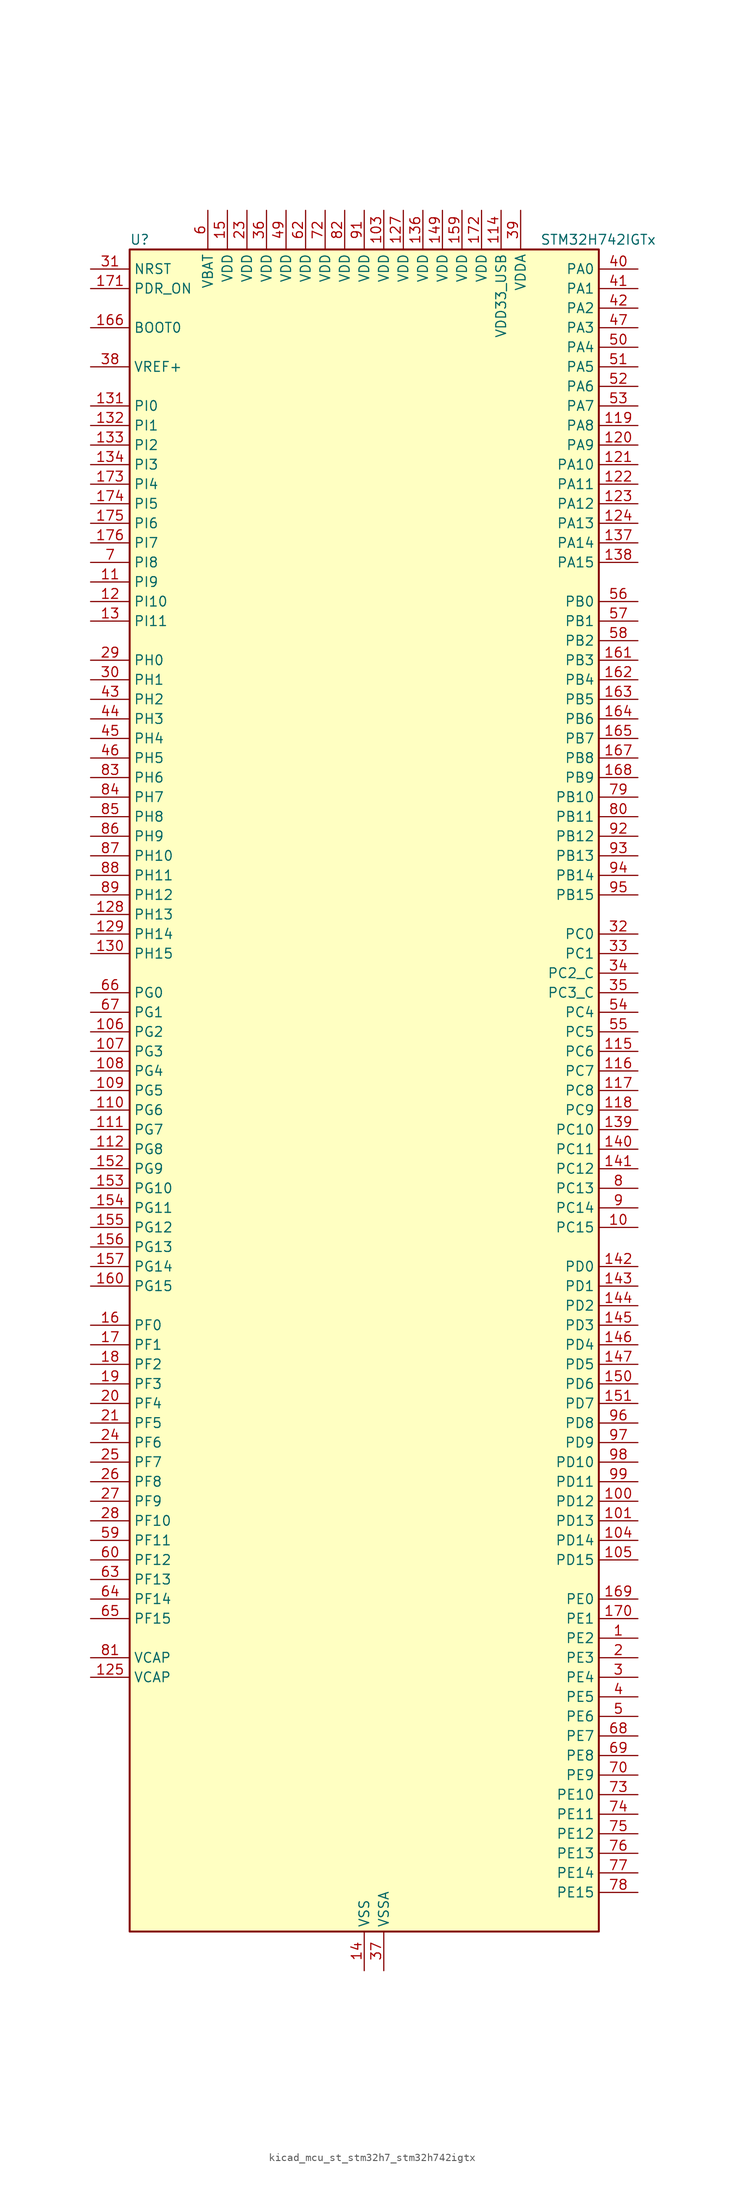
<source format=kicad_sym>
(kicad_symbol_lib
  (version 20220914)
  (generator kicad_symbol_editor)
  (symbol "kicad_mcu_st_stm32h7_stm32h742igtx"
    (property "Reference" "U"
      (at -30.48 110.49 0)
      (effects (font (size 1.27 1.27)) (justify left)))
    (property "Value" "STM32H742IGTx"
      (at 22.86 110.49 0)
      (effects (font (size 1.27 1.27)) (justify left)))
    (property "ki_locked" ""
      (at 0 0 0)
      (effects (font (size 1.27 1.27))))
    (symbol "kicad_mcu_st_stm32h7_stm32h742igtx_0_1"
      (rectangle (start -30.48 -109.22) (end 30.48 109.22) (stroke (width 0.254) (type default)) (fill (type background))))
    (symbol "kicad_mcu_st_stm32h7_stm32h742igtx_1_1"
      (pin bidirectional line (at 35.56 -71.12 180) (length 5.08) (name "PE2" (effects (font (size 1.27 1.27)))) (number "1" (effects (font (size 1.27 1.27)))) (alternate "DEBUG_TRACECLK" bidirectional line) (alternate "ETH_TXD3" bidirectional line) (alternate "FMC_A23" bidirectional line) (alternate "QUADSPI_BK1_IO2" bidirectional line) (alternate "SAI1_CK1" bidirectional line) (alternate "SAI1_MCLK_A" bidirectional line) (alternate "SAI4_CK1" bidirectional line) (alternate "SAI4_MCLK_A" bidirectional line) (alternate "SPI4_SCK" bidirectional line))
      (pin bidirectional line (at 35.56 -17.78 180) (length 5.08) (name "PC15" (effects (font (size 1.27 1.27)))) (number "10" (effects (font (size 1.27 1.27)))) (alternate "ADC1_EXTI15" bidirectional line) (alternate "ADC2_EXTI15" bidirectional line) (alternate "ADC3_EXTI15" bidirectional line) (alternate "RCC_OSC32_OUT" bidirectional line))
      (pin bidirectional line (at 35.56 -53.34 180) (length 5.08) (name "PD12" (effects (font (size 1.27 1.27)))) (number "100" (effects (font (size 1.27 1.27)))) (alternate "FMC_A17" bidirectional line) (alternate "FMC_ALE" bidirectional line) (alternate "I2C4_SCL" bidirectional line) (alternate "LPTIM1_IN1" bidirectional line) (alternate "LPTIM2_IN1" bidirectional line) (alternate "QUADSPI_BK1_IO1" bidirectional line) (alternate "SAI2_FS_A" bidirectional line) (alternate "TIM4_CH1" bidirectional line) (alternate "USART3_DE" bidirectional line) (alternate "USART3_RTS" bidirectional line))
      (pin bidirectional line (at 35.56 -55.88 180) (length 5.08) (name "PD13" (effects (font (size 1.27 1.27)))) (number "101" (effects (font (size 1.27 1.27)))) (alternate "FMC_A18" bidirectional line) (alternate "I2C4_SDA" bidirectional line) (alternate "LPTIM1_OUT" bidirectional line) (alternate "QUADSPI_BK1_IO3" bidirectional line) (alternate "SAI2_SCK_A" bidirectional line) (alternate "TIM4_CH2" bidirectional line))
      (pin passive line (at 0 -114.3 90) (length 5.08) hide (name "VSS" (effects (font (size 1.27 1.27)))) (number "102" (effects (font (size 1.27 1.27)))))
      (pin power_in line (at 2.54 114.3 270) (length 5.08) (name "VDD" (effects (font (size 1.27 1.27)))) (number "103" (effects (font (size 1.27 1.27)))))
      (pin bidirectional line (at 35.56 -58.42 180) (length 5.08) (name "PD14" (effects (font (size 1.27 1.27)))) (number "104" (effects (font (size 1.27 1.27)))) (alternate "FMC_D0" bidirectional line) (alternate "FMC_DA0" bidirectional line) (alternate "SAI3_MCLK_B" bidirectional line) (alternate "TIM4_CH3" bidirectional line) (alternate "UART8_CTS" bidirectional line))
      (pin bidirectional line (at 35.56 -60.96 180) (length 5.08) (name "PD15" (effects (font (size 1.27 1.27)))) (number "105" (effects (font (size 1.27 1.27)))) (alternate "ADC1_EXTI15" bidirectional line) (alternate "ADC2_EXTI15" bidirectional line) (alternate "ADC3_EXTI15" bidirectional line) (alternate "FMC_D1" bidirectional line) (alternate "FMC_DA1" bidirectional line) (alternate "SAI3_MCLK_A" bidirectional line) (alternate "TIM4_CH4" bidirectional line) (alternate "UART8_DE" bidirectional line) (alternate "UART8_RTS" bidirectional line))
      (pin bidirectional line (at -35.56 7.62 0) (length 5.08) (name "PG2" (effects (font (size 1.27 1.27)))) (number "106" (effects (font (size 1.27 1.27)))) (alternate "FMC_A12" bidirectional line) (alternate "TIM8_BKIN" bidirectional line) (alternate "TIM8_BKIN_COMP1" bidirectional line) (alternate "TIM8_BKIN_COMP2" bidirectional line))
      (pin bidirectional line (at -35.56 5.08 0) (length 5.08) (name "PG3" (effects (font (size 1.27 1.27)))) (number "107" (effects (font (size 1.27 1.27)))) (alternate "FMC_A13" bidirectional line) (alternate "TIM8_BKIN2" bidirectional line) (alternate "TIM8_BKIN2_COMP1" bidirectional line) (alternate "TIM8_BKIN2_COMP2" bidirectional line))
      (pin bidirectional line (at -35.56 2.54 0) (length 5.08) (name "PG4" (effects (font (size 1.27 1.27)))) (number "108" (effects (font (size 1.27 1.27)))) (alternate "FMC_A14" bidirectional line) (alternate "FMC_BA0" bidirectional line) (alternate "TIM1_BKIN2" bidirectional line) (alternate "TIM1_BKIN2_COMP1" bidirectional line) (alternate "TIM1_BKIN2_COMP2" bidirectional line))
      (pin bidirectional line (at -35.56 0 0) (length 5.08) (name "PG5" (effects (font (size 1.27 1.27)))) (number "109" (effects (font (size 1.27 1.27)))) (alternate "FMC_A15" bidirectional line) (alternate "FMC_BA1" bidirectional line) (alternate "TIM1_ETR" bidirectional line))
      (pin bidirectional line (at -35.56 66.04 0) (length 5.08) (name "PI9" (effects (font (size 1.27 1.27)))) (number "11" (effects (font (size 1.27 1.27)))) (alternate "DAC1_EXTI9" bidirectional line) (alternate "FDCAN1_RX" bidirectional line) (alternate "FMC_D30" bidirectional line) (alternate "UART4_RX" bidirectional line))
      (pin bidirectional line (at -35.56 -2.54 0) (length 5.08) (name "PG6" (effects (font (size 1.27 1.27)))) (number "110" (effects (font (size 1.27 1.27)))) (alternate "DCMI_D12" bidirectional line) (alternate "FMC_NE3" bidirectional line) (alternate "HRTIM_CHE1" bidirectional line) (alternate "QUADSPI_BK1_NCS" bidirectional line) (alternate "TIM17_BKIN" bidirectional line))
      (pin bidirectional line (at -35.56 -5.08 0) (length 5.08) (name "PG7" (effects (font (size 1.27 1.27)))) (number "111" (effects (font (size 1.27 1.27)))) (alternate "DCMI_D13" bidirectional line) (alternate "FMC_INT" bidirectional line) (alternate "HRTIM_CHE2" bidirectional line) (alternate "SAI1_MCLK_A" bidirectional line) (alternate "USART6_CK" bidirectional line))
      (pin bidirectional line (at -35.56 -7.62 0) (length 5.08) (name "PG8" (effects (font (size 1.27 1.27)))) (number "112" (effects (font (size 1.27 1.27)))) (alternate "ETH_PPS_OUT" bidirectional line) (alternate "FMC_SDCLK" bidirectional line) (alternate "SPDIFRX1_IN2" bidirectional line) (alternate "SPI6_NSS" bidirectional line) (alternate "TIM8_ETR" bidirectional line) (alternate "USART6_DE" bidirectional line) (alternate "USART6_RTS" bidirectional line))
      (pin passive line (at 0 -114.3 90) (length 5.08) hide (name "VSS" (effects (font (size 1.27 1.27)))) (number "113" (effects (font (size 1.27 1.27)))))
      (pin power_in line (at 17.78 114.3 270) (length 5.08) (name "VDD33_USB" (effects (font (size 1.27 1.27)))) (number "114" (effects (font (size 1.27 1.27)))))
      (pin bidirectional line (at 35.56 5.08 180) (length 5.08) (name "PC6" (effects (font (size 1.27 1.27)))) (number "115" (effects (font (size 1.27 1.27)))) (alternate "DCMI_D0" bidirectional line) (alternate "DFSDM1_CKIN3" bidirectional line) (alternate "FMC_NWAIT" bidirectional line) (alternate "HRTIM_CHA1" bidirectional line) (alternate "I2S2_MCK" bidirectional line) (alternate "SDMMC1_D0DIR" bidirectional line) (alternate "SDMMC1_D6" bidirectional line) (alternate "SDMMC2_D6" bidirectional line) (alternate "SWPMI1_IO" bidirectional line) (alternate "TIM3_CH1" bidirectional line) (alternate "TIM8_CH1" bidirectional line) (alternate "USART6_TX" bidirectional line))
      (pin bidirectional line (at 35.56 2.54 180) (length 5.08) (name "PC7" (effects (font (size 1.27 1.27)))) (number "116" (effects (font (size 1.27 1.27)))) (alternate "DCMI_D1" bidirectional line) (alternate "DEBUG_TRGIO" bidirectional line) (alternate "DFSDM1_DATIN3" bidirectional line) (alternate "FMC_NE1" bidirectional line) (alternate "HRTIM_CHA2" bidirectional line) (alternate "I2S3_MCK" bidirectional line) (alternate "SDMMC1_D123DIR" bidirectional line) (alternate "SDMMC1_D7" bidirectional line) (alternate "SDMMC2_D7" bidirectional line) (alternate "SWPMI1_TX" bidirectional line) (alternate "TIM3_CH2" bidirectional line) (alternate "TIM8_CH2" bidirectional line) (alternate "USART6_RX" bidirectional line))
      (pin bidirectional line (at 35.56 0 180) (length 5.08) (name "PC8" (effects (font (size 1.27 1.27)))) (number "117" (effects (font (size 1.27 1.27)))) (alternate "DCMI_D2" bidirectional line) (alternate "DEBUG_TRACED1" bidirectional line) (alternate "FMC_NCE" bidirectional line) (alternate "FMC_NE2" bidirectional line) (alternate "HRTIM_CHB1" bidirectional line) (alternate "SDMMC1_D0" bidirectional line) (alternate "SWPMI1_RX" bidirectional line) (alternate "TIM3_CH3" bidirectional line) (alternate "TIM8_CH3" bidirectional line) (alternate "UART5_DE" bidirectional line) (alternate "UART5_RTS" bidirectional line) (alternate "USART6_CK" bidirectional line))
      (pin bidirectional line (at 35.56 -2.54 180) (length 5.08) (name "PC9" (effects (font (size 1.27 1.27)))) (number "118" (effects (font (size 1.27 1.27)))) (alternate "DAC1_EXTI9" bidirectional line) (alternate "DCMI_D3" bidirectional line) (alternate "I2C3_SDA" bidirectional line) (alternate "I2S_CKIN" bidirectional line) (alternate "QUADSPI_BK1_IO0" bidirectional line) (alternate "RCC_MCO_2" bidirectional line) (alternate "SDMMC1_D1" bidirectional line) (alternate "SWPMI1_SUSPEND" bidirectional line) (alternate "TIM3_CH4" bidirectional line) (alternate "TIM8_CH4" bidirectional line) (alternate "UART5_CTS" bidirectional line))
      (pin bidirectional line (at 35.56 86.36 180) (length 5.08) (name "PA8" (effects (font (size 1.27 1.27)))) (number "119" (effects (font (size 1.27 1.27)))) (alternate "HRTIM_CHB2" bidirectional line) (alternate "I2C3_SCL" bidirectional line) (alternate "RCC_MCO_1" bidirectional line) (alternate "TIM1_CH1" bidirectional line) (alternate "TIM8_BKIN2" bidirectional line) (alternate "TIM8_BKIN2_COMP1" bidirectional line) (alternate "TIM8_BKIN2_COMP2" bidirectional line) (alternate "UART7_RX" bidirectional line) (alternate "USART1_CK" bidirectional line) (alternate "USB_OTG_FS_SOF" bidirectional line))
      (pin bidirectional line (at -35.56 63.5 0) (length 5.08) (name "PI10" (effects (font (size 1.27 1.27)))) (number "12" (effects (font (size 1.27 1.27)))) (alternate "ETH_RX_ER" bidirectional line) (alternate "FMC_D31" bidirectional line))
      (pin bidirectional line (at 35.56 83.82 180) (length 5.08) (name "PA9" (effects (font (size 1.27 1.27)))) (number "120" (effects (font (size 1.27 1.27)))) (alternate "DAC1_EXTI9" bidirectional line) (alternate "DCMI_D0" bidirectional line) (alternate "HRTIM_CHC1" bidirectional line) (alternate "I2C3_SMBA" bidirectional line) (alternate "I2S2_CK" bidirectional line) (alternate "LPUART1_TX" bidirectional line) (alternate "SPI2_SCK" bidirectional line) (alternate "TIM1_CH2" bidirectional line) (alternate "USART1_TX" bidirectional line) (alternate "USB_OTG_FS_VBUS" bidirectional line))
      (pin bidirectional line (at 35.56 81.28 180) (length 5.08) (name "PA10" (effects (font (size 1.27 1.27)))) (number "121" (effects (font (size 1.27 1.27)))) (alternate "DCMI_D1" bidirectional line) (alternate "HRTIM_CHC2" bidirectional line) (alternate "LPUART1_RX" bidirectional line) (alternate "MDIOS_MDIO" bidirectional line) (alternate "TIM1_CH3" bidirectional line) (alternate "USART1_RX" bidirectional line) (alternate "USB_OTG_FS_ID" bidirectional line))
      (pin bidirectional line (at 35.56 78.74 180) (length 5.08) (name "PA11" (effects (font (size 1.27 1.27)))) (number "122" (effects (font (size 1.27 1.27)))) (alternate "ADC1_EXTI11" bidirectional line) (alternate "ADC2_EXTI11" bidirectional line) (alternate "ADC3_EXTI11" bidirectional line) (alternate "FDCAN1_RX" bidirectional line) (alternate "HRTIM_CHD1" bidirectional line) (alternate "I2S2_WS" bidirectional line) (alternate "LPUART1_CTS" bidirectional line) (alternate "SPI2_NSS" bidirectional line) (alternate "TIM1_CH4" bidirectional line) (alternate "UART4_RX" bidirectional line) (alternate "USART1_CTS" bidirectional line) (alternate "USART1_NSS" bidirectional line) (alternate "USB_OTG_FS_DM" bidirectional line))
      (pin bidirectional line (at 35.56 76.2 180) (length 5.08) (name "PA12" (effects (font (size 1.27 1.27)))) (number "123" (effects (font (size 1.27 1.27)))) (alternate "FDCAN1_TX" bidirectional line) (alternate "HRTIM_CHD2" bidirectional line) (alternate "I2S2_CK" bidirectional line) (alternate "LPUART1_DE" bidirectional line) (alternate "LPUART1_RTS" bidirectional line) (alternate "SAI2_FS_B" bidirectional line) (alternate "SPI2_SCK" bidirectional line) (alternate "TIM1_ETR" bidirectional line) (alternate "UART4_TX" bidirectional line) (alternate "USART1_DE" bidirectional line) (alternate "USART1_RTS" bidirectional line) (alternate "USB_OTG_FS_DP" bidirectional line))
      (pin bidirectional line (at 35.56 73.66 180) (length 5.08) (name "PA13" (effects (font (size 1.27 1.27)))) (number "124" (effects (font (size 1.27 1.27)))) (alternate "DEBUG_JTMS-SWDIO" bidirectional line))
      (pin power_out line (at -35.56 -76.2 0) (length 5.08) (name "VCAP" (effects (font (size 1.27 1.27)))) (number "125" (effects (font (size 1.27 1.27)))))
      (pin passive line (at 0 -114.3 90) (length 5.08) hide (name "VSS" (effects (font (size 1.27 1.27)))) (number "126" (effects (font (size 1.27 1.27)))))
      (pin power_in line (at 5.08 114.3 270) (length 5.08) (name "VDD" (effects (font (size 1.27 1.27)))) (number "127" (effects (font (size 1.27 1.27)))))
      (pin bidirectional line (at -35.56 22.86 0) (length 5.08) (name "PH13" (effects (font (size 1.27 1.27)))) (number "128" (effects (font (size 1.27 1.27)))) (alternate "FDCAN1_TX" bidirectional line) (alternate "FMC_D21" bidirectional line) (alternate "TIM8_CH1N" bidirectional line) (alternate "UART4_TX" bidirectional line))
      (pin bidirectional line (at -35.56 20.32 0) (length 5.08) (name "PH14" (effects (font (size 1.27 1.27)))) (number "129" (effects (font (size 1.27 1.27)))) (alternate "DCMI_D4" bidirectional line) (alternate "FDCAN1_RX" bidirectional line) (alternate "FMC_D22" bidirectional line) (alternate "TIM8_CH2N" bidirectional line) (alternate "UART4_RX" bidirectional line))
      (pin bidirectional line (at -35.56 60.96 0) (length 5.08) (name "PI11" (effects (font (size 1.27 1.27)))) (number "13" (effects (font (size 1.27 1.27)))) (alternate "ADC1_EXTI11" bidirectional line) (alternate "ADC2_EXTI11" bidirectional line) (alternate "ADC3_EXTI11" bidirectional line) (alternate "PWR_WKUP4" bidirectional line) (alternate "USB_OTG_HS_ULPI_DIR" bidirectional line))
      (pin bidirectional line (at -35.56 17.78 0) (length 5.08) (name "PH15" (effects (font (size 1.27 1.27)))) (number "130" (effects (font (size 1.27 1.27)))) (alternate "ADC1_EXTI15" bidirectional line) (alternate "ADC2_EXTI15" bidirectional line) (alternate "ADC3_EXTI15" bidirectional line) (alternate "DCMI_D11" bidirectional line) (alternate "FMC_D23" bidirectional line) (alternate "TIM8_CH3N" bidirectional line))
      (pin bidirectional line (at -35.56 88.9 0) (length 5.08) (name "PI0" (effects (font (size 1.27 1.27)))) (number "131" (effects (font (size 1.27 1.27)))) (alternate "DCMI_D13" bidirectional line) (alternate "FMC_D24" bidirectional line) (alternate "I2S2_WS" bidirectional line) (alternate "SPI2_NSS" bidirectional line) (alternate "TIM5_CH4" bidirectional line))
      (pin bidirectional line (at -35.56 86.36 0) (length 5.08) (name "PI1" (effects (font (size 1.27 1.27)))) (number "132" (effects (font (size 1.27 1.27)))) (alternate "DCMI_D8" bidirectional line) (alternate "FMC_D25" bidirectional line) (alternate "I2S2_CK" bidirectional line) (alternate "SPI2_SCK" bidirectional line) (alternate "TIM8_BKIN2" bidirectional line) (alternate "TIM8_BKIN2_COMP1" bidirectional line) (alternate "TIM8_BKIN2_COMP2" bidirectional line))
      (pin bidirectional line (at -35.56 83.82 0) (length 5.08) (name "PI2" (effects (font (size 1.27 1.27)))) (number "133" (effects (font (size 1.27 1.27)))) (alternate "DCMI_D9" bidirectional line) (alternate "FMC_D26" bidirectional line) (alternate "I2S2_SDI" bidirectional line) (alternate "SPI2_MISO" bidirectional line) (alternate "TIM8_CH4" bidirectional line))
      (pin bidirectional line (at -35.56 81.28 0) (length 5.08) (name "PI3" (effects (font (size 1.27 1.27)))) (number "134" (effects (font (size 1.27 1.27)))) (alternate "DCMI_D10" bidirectional line) (alternate "FMC_D27" bidirectional line) (alternate "I2S2_SDO" bidirectional line) (alternate "SPI2_MOSI" bidirectional line) (alternate "TIM8_ETR" bidirectional line))
      (pin passive line (at 0 -114.3 90) (length 5.08) hide (name "VSS" (effects (font (size 1.27 1.27)))) (number "135" (effects (font (size 1.27 1.27)))))
      (pin power_in line (at 7.62 114.3 270) (length 5.08) (name "VDD" (effects (font (size 1.27 1.27)))) (number "136" (effects (font (size 1.27 1.27)))))
      (pin bidirectional line (at 35.56 71.12 180) (length 5.08) (name "PA14" (effects (font (size 1.27 1.27)))) (number "137" (effects (font (size 1.27 1.27)))) (alternate "DEBUG_JTCK-SWCLK" bidirectional line))
      (pin bidirectional line (at 35.56 68.58 180) (length 5.08) (name "PA15" (effects (font (size 1.27 1.27)))) (number "138" (effects (font (size 1.27 1.27)))) (alternate "ADC1_EXTI15" bidirectional line) (alternate "ADC2_EXTI15" bidirectional line) (alternate "ADC3_EXTI15" bidirectional line) (alternate "CEC" bidirectional line) (alternate "DEBUG_JTDI" bidirectional line) (alternate "HRTIM_FLT1" bidirectional line) (alternate "I2S1_WS" bidirectional line) (alternate "I2S3_WS" bidirectional line) (alternate "SPI1_NSS" bidirectional line) (alternate "SPI3_NSS" bidirectional line) (alternate "SPI6_NSS" bidirectional line) (alternate "TIM2_CH1" bidirectional line) (alternate "TIM2_ETR" bidirectional line) (alternate "UART4_DE" bidirectional line) (alternate "UART4_RTS" bidirectional line) (alternate "UART7_TX" bidirectional line))
      (pin bidirectional line (at 35.56 -5.08 180) (length 5.08) (name "PC10" (effects (font (size 1.27 1.27)))) (number "139" (effects (font (size 1.27 1.27)))) (alternate "DCMI_D8" bidirectional line) (alternate "DFSDM1_CKIN5" bidirectional line) (alternate "HRTIM_EEV1" bidirectional line) (alternate "I2S3_CK" bidirectional line) (alternate "QUADSPI_BK1_IO1" bidirectional line) (alternate "SDMMC1_D2" bidirectional line) (alternate "SPI3_SCK" bidirectional line) (alternate "UART4_TX" bidirectional line) (alternate "USART3_TX" bidirectional line))
      (pin power_in line (at 0 -114.3 90) (length 5.08) (name "VSS" (effects (font (size 1.27 1.27)))) (number "14" (effects (font (size 1.27 1.27)))))
      (pin bidirectional line (at 35.56 -7.62 180) (length 5.08) (name "PC11" (effects (font (size 1.27 1.27)))) (number "140" (effects (font (size 1.27 1.27)))) (alternate "ADC1_EXTI11" bidirectional line) (alternate "ADC2_EXTI11" bidirectional line) (alternate "ADC3_EXTI11" bidirectional line) (alternate "DCMI_D4" bidirectional line) (alternate "DFSDM1_DATIN5" bidirectional line) (alternate "HRTIM_FLT2" bidirectional line) (alternate "I2S3_SDI" bidirectional line) (alternate "QUADSPI_BK2_NCS" bidirectional line) (alternate "SDMMC1_D3" bidirectional line) (alternate "SPI3_MISO" bidirectional line) (alternate "UART4_RX" bidirectional line) (alternate "USART3_RX" bidirectional line))
      (pin bidirectional line (at 35.56 -10.16 180) (length 5.08) (name "PC12" (effects (font (size 1.27 1.27)))) (number "141" (effects (font (size 1.27 1.27)))) (alternate "DCMI_D9" bidirectional line) (alternate "DEBUG_TRACED3" bidirectional line) (alternate "HRTIM_EEV2" bidirectional line) (alternate "I2S3_SDO" bidirectional line) (alternate "SDMMC1_CK" bidirectional line) (alternate "SPI3_MOSI" bidirectional line) (alternate "UART5_TX" bidirectional line) (alternate "USART3_CK" bidirectional line))
      (pin bidirectional line (at 35.56 -22.86 180) (length 5.08) (name "PD0" (effects (font (size 1.27 1.27)))) (number "142" (effects (font (size 1.27 1.27)))) (alternate "DFSDM1_CKIN6" bidirectional line) (alternate "FDCAN1_RX" bidirectional line) (alternate "FMC_D2" bidirectional line) (alternate "FMC_DA2" bidirectional line) (alternate "SAI3_SCK_A" bidirectional line) (alternate "UART4_RX" bidirectional line))
      (pin bidirectional line (at 35.56 -25.4 180) (length 5.08) (name "PD1" (effects (font (size 1.27 1.27)))) (number "143" (effects (font (size 1.27 1.27)))) (alternate "DFSDM1_DATIN6" bidirectional line) (alternate "FDCAN1_TX" bidirectional line) (alternate "FMC_D3" bidirectional line) (alternate "FMC_DA3" bidirectional line) (alternate "SAI3_SD_A" bidirectional line) (alternate "UART4_TX" bidirectional line))
      (pin bidirectional line (at 35.56 -27.94 180) (length 5.08) (name "PD2" (effects (font (size 1.27 1.27)))) (number "144" (effects (font (size 1.27 1.27)))) (alternate "DCMI_D11" bidirectional line) (alternate "DEBUG_TRACED2" bidirectional line) (alternate "SDMMC1_CMD" bidirectional line) (alternate "TIM3_ETR" bidirectional line) (alternate "UART5_RX" bidirectional line))
      (pin bidirectional line (at 35.56 -30.48 180) (length 5.08) (name "PD3" (effects (font (size 1.27 1.27)))) (number "145" (effects (font (size 1.27 1.27)))) (alternate "DCMI_D5" bidirectional line) (alternate "DFSDM1_CKOUT" bidirectional line) (alternate "FMC_CLK" bidirectional line) (alternate "I2S2_CK" bidirectional line) (alternate "SPI2_SCK" bidirectional line) (alternate "USART2_CTS" bidirectional line) (alternate "USART2_NSS" bidirectional line))
      (pin bidirectional line (at 35.56 -33.02 180) (length 5.08) (name "PD4" (effects (font (size 1.27 1.27)))) (number "146" (effects (font (size 1.27 1.27)))) (alternate "FMC_NOE" bidirectional line) (alternate "HRTIM_FLT3" bidirectional line) (alternate "SAI3_FS_A" bidirectional line) (alternate "USART2_DE" bidirectional line) (alternate "USART2_RTS" bidirectional line))
      (pin bidirectional line (at 35.56 -35.56 180) (length 5.08) (name "PD5" (effects (font (size 1.27 1.27)))) (number "147" (effects (font (size 1.27 1.27)))) (alternate "FMC_NWE" bidirectional line) (alternate "HRTIM_EEV3" bidirectional line) (alternate "USART2_TX" bidirectional line))
      (pin passive line (at 0 -114.3 90) (length 5.08) hide (name "VSS" (effects (font (size 1.27 1.27)))) (number "148" (effects (font (size 1.27 1.27)))))
      (pin power_in line (at 10.16 114.3 270) (length 5.08) (name "VDD" (effects (font (size 1.27 1.27)))) (number "149" (effects (font (size 1.27 1.27)))))
      (pin power_in line (at -17.78 114.3 270) (length 5.08) (name "VDD" (effects (font (size 1.27 1.27)))) (number "15" (effects (font (size 1.27 1.27)))))
      (pin bidirectional line (at 35.56 -38.1 180) (length 5.08) (name "PD6" (effects (font (size 1.27 1.27)))) (number "150" (effects (font (size 1.27 1.27)))) (alternate "DCMI_D10" bidirectional line) (alternate "DFSDM1_CKIN4" bidirectional line) (alternate "DFSDM1_DATIN1" bidirectional line) (alternate "FMC_NWAIT" bidirectional line) (alternate "I2S3_SDO" bidirectional line) (alternate "SAI1_D1" bidirectional line) (alternate "SAI1_SD_A" bidirectional line) (alternate "SAI4_D1" bidirectional line) (alternate "SAI4_SD_A" bidirectional line) (alternate "SDMMC2_CK" bidirectional line) (alternate "SPI3_MOSI" bidirectional line) (alternate "USART2_RX" bidirectional line))
      (pin bidirectional line (at 35.56 -40.64 180) (length 5.08) (name "PD7" (effects (font (size 1.27 1.27)))) (number "151" (effects (font (size 1.27 1.27)))) (alternate "DFSDM1_CKIN1" bidirectional line) (alternate "DFSDM1_DATIN4" bidirectional line) (alternate "FMC_NE1" bidirectional line) (alternate "I2S1_SDO" bidirectional line) (alternate "SDMMC2_CMD" bidirectional line) (alternate "SPDIFRX1_IN0" bidirectional line) (alternate "SPI1_MOSI" bidirectional line) (alternate "USART2_CK" bidirectional line))
      (pin bidirectional line (at -35.56 -10.16 0) (length 5.08) (name "PG9" (effects (font (size 1.27 1.27)))) (number "152" (effects (font (size 1.27 1.27)))) (alternate "DAC1_EXTI9" bidirectional line) (alternate "DCMI_VSYNC" bidirectional line) (alternate "FMC_NCE" bidirectional line) (alternate "FMC_NE2" bidirectional line) (alternate "I2S1_SDI" bidirectional line) (alternate "QUADSPI_BK2_IO2" bidirectional line) (alternate "SAI2_FS_B" bidirectional line) (alternate "SPDIFRX1_IN3" bidirectional line) (alternate "SPI1_MISO" bidirectional line) (alternate "USART6_RX" bidirectional line))
      (pin bidirectional line (at -35.56 -12.7 0) (length 5.08) (name "PG10" (effects (font (size 1.27 1.27)))) (number "153" (effects (font (size 1.27 1.27)))) (alternate "DCMI_D2" bidirectional line) (alternate "FMC_NE3" bidirectional line) (alternate "HRTIM_FLT5" bidirectional line) (alternate "I2S1_WS" bidirectional line) (alternate "SAI2_SD_B" bidirectional line) (alternate "SPI1_NSS" bidirectional line))
      (pin bidirectional line (at -35.56 -15.24 0) (length 5.08) (name "PG11" (effects (font (size 1.27 1.27)))) (number "154" (effects (font (size 1.27 1.27)))) (alternate "ADC1_EXTI11" bidirectional line) (alternate "ADC2_EXTI11" bidirectional line) (alternate "ADC3_EXTI11" bidirectional line) (alternate "DCMI_D3" bidirectional line) (alternate "ETH_TX_EN" bidirectional line) (alternate "HRTIM_EEV4" bidirectional line) (alternate "I2S1_CK" bidirectional line) (alternate "LPTIM1_IN2" bidirectional line) (alternate "SDMMC2_D2" bidirectional line) (alternate "SPDIFRX1_IN0" bidirectional line) (alternate "SPI1_SCK" bidirectional line))
      (pin bidirectional line (at -35.56 -17.78 0) (length 5.08) (name "PG12" (effects (font (size 1.27 1.27)))) (number "155" (effects (font (size 1.27 1.27)))) (alternate "ETH_TXD1" bidirectional line) (alternate "FMC_NE4" bidirectional line) (alternate "HRTIM_EEV5" bidirectional line) (alternate "LPTIM1_IN1" bidirectional line) (alternate "SPDIFRX1_IN1" bidirectional line) (alternate "SPI6_MISO" bidirectional line) (alternate "USART6_DE" bidirectional line) (alternate "USART6_RTS" bidirectional line))
      (pin bidirectional line (at -35.56 -20.32 0) (length 5.08) (name "PG13" (effects (font (size 1.27 1.27)))) (number "156" (effects (font (size 1.27 1.27)))) (alternate "DEBUG_TRACED0" bidirectional line) (alternate "ETH_TXD0" bidirectional line) (alternate "FMC_A24" bidirectional line) (alternate "HRTIM_EEV10" bidirectional line) (alternate "LPTIM1_OUT" bidirectional line) (alternate "SPI6_SCK" bidirectional line) (alternate "USART6_CTS" bidirectional line) (alternate "USART6_NSS" bidirectional line))
      (pin bidirectional line (at -35.56 -22.86 0) (length 5.08) (name "PG14" (effects (font (size 1.27 1.27)))) (number "157" (effects (font (size 1.27 1.27)))) (alternate "DEBUG_TRACED1" bidirectional line) (alternate "ETH_TXD1" bidirectional line) (alternate "FMC_A25" bidirectional line) (alternate "LPTIM1_ETR" bidirectional line) (alternate "QUADSPI_BK2_IO3" bidirectional line) (alternate "SPI6_MOSI" bidirectional line) (alternate "USART6_TX" bidirectional line))
      (pin passive line (at 0 -114.3 90) (length 5.08) hide (name "VSS" (effects (font (size 1.27 1.27)))) (number "158" (effects (font (size 1.27 1.27)))))
      (pin power_in line (at 12.7 114.3 270) (length 5.08) (name "VDD" (effects (font (size 1.27 1.27)))) (number "159" (effects (font (size 1.27 1.27)))))
      (pin bidirectional line (at -35.56 -30.48 0) (length 5.08) (name "PF0" (effects (font (size 1.27 1.27)))) (number "16" (effects (font (size 1.27 1.27)))) (alternate "FMC_A0" bidirectional line) (alternate "I2C2_SDA" bidirectional line))
      (pin bidirectional line (at -35.56 -25.4 0) (length 5.08) (name "PG15" (effects (font (size 1.27 1.27)))) (number "160" (effects (font (size 1.27 1.27)))) (alternate "ADC1_EXTI15" bidirectional line) (alternate "ADC2_EXTI15" bidirectional line) (alternate "ADC3_EXTI15" bidirectional line) (alternate "DCMI_D13" bidirectional line) (alternate "FMC_SDNCAS" bidirectional line) (alternate "USART6_CTS" bidirectional line) (alternate "USART6_NSS" bidirectional line))
      (pin bidirectional line (at 35.56 55.88 180) (length 5.08) (name "PB3" (effects (font (size 1.27 1.27)))) (number "161" (effects (font (size 1.27 1.27)))) (alternate "CRS_SYNC" bidirectional line) (alternate "DEBUG_JTDO-SWO" bidirectional line) (alternate "HRTIM_FLT4" bidirectional line) (alternate "I2S1_CK" bidirectional line) (alternate "I2S3_CK" bidirectional line) (alternate "SDMMC2_D2" bidirectional line) (alternate "SPI1_SCK" bidirectional line) (alternate "SPI3_SCK" bidirectional line) (alternate "SPI6_SCK" bidirectional line) (alternate "TIM2_CH2" bidirectional line) (alternate "UART7_RX" bidirectional line))
      (pin bidirectional line (at 35.56 53.34 180) (length 5.08) (name "PB4" (effects (font (size 1.27 1.27)))) (number "162" (effects (font (size 1.27 1.27)))) (alternate "DEBUG_JTRST" bidirectional line) (alternate "HRTIM_EEV6" bidirectional line) (alternate "I2S1_SDI" bidirectional line) (alternate "I2S2_WS" bidirectional line) (alternate "I2S3_SDI" bidirectional line) (alternate "SDMMC2_D3" bidirectional line) (alternate "SPI1_MISO" bidirectional line) (alternate "SPI2_NSS" bidirectional line) (alternate "SPI3_MISO" bidirectional line) (alternate "SPI6_MISO" bidirectional line) (alternate "TIM16_BKIN" bidirectional line) (alternate "TIM3_CH1" bidirectional line) (alternate "UART7_TX" bidirectional line))
      (pin bidirectional line (at 35.56 50.8 180) (length 5.08) (name "PB5" (effects (font (size 1.27 1.27)))) (number "163" (effects (font (size 1.27 1.27)))) (alternate "DCMI_D10" bidirectional line) (alternate "ETH_PPS_OUT" bidirectional line) (alternate "FDCAN2_RX" bidirectional line) (alternate "FMC_SDCKE1" bidirectional line) (alternate "HRTIM_EEV7" bidirectional line) (alternate "I2C1_SMBA" bidirectional line) (alternate "I2C4_SMBA" bidirectional line) (alternate "I2S1_SDO" bidirectional line) (alternate "I2S3_SDO" bidirectional line) (alternate "SPI1_MOSI" bidirectional line) (alternate "SPI3_MOSI" bidirectional line) (alternate "SPI6_MOSI" bidirectional line) (alternate "TIM17_BKIN" bidirectional line) (alternate "TIM3_CH2" bidirectional line) (alternate "UART5_RX" bidirectional line) (alternate "USB_OTG_HS_ULPI_D7" bidirectional line))
      (pin bidirectional line (at 35.56 48.26 180) (length 5.08) (name "PB6" (effects (font (size 1.27 1.27)))) (number "164" (effects (font (size 1.27 1.27)))) (alternate "CEC" bidirectional line) (alternate "DCMI_D5" bidirectional line) (alternate "DFSDM1_DATIN5" bidirectional line) (alternate "FDCAN2_TX" bidirectional line) (alternate "FMC_SDNE1" bidirectional line) (alternate "HRTIM_EEV8" bidirectional line) (alternate "I2C1_SCL" bidirectional line) (alternate "I2C4_SCL" bidirectional line) (alternate "LPUART1_TX" bidirectional line) (alternate "QUADSPI_BK1_NCS" bidirectional line) (alternate "TIM16_CH1N" bidirectional line) (alternate "TIM4_CH1" bidirectional line) (alternate "UART5_TX" bidirectional line) (alternate "USART1_TX" bidirectional line))
      (pin bidirectional line (at 35.56 45.72 180) (length 5.08) (name "PB7" (effects (font (size 1.27 1.27)))) (number "165" (effects (font (size 1.27 1.27)))) (alternate "DCMI_VSYNC" bidirectional line) (alternate "DFSDM1_CKIN5" bidirectional line) (alternate "FMC_NL" bidirectional line) (alternate "HRTIM_EEV9" bidirectional line) (alternate "I2C1_SDA" bidirectional line) (alternate "I2C4_SDA" bidirectional line) (alternate "LPUART1_RX" bidirectional line) (alternate "PWR_PVD_IN" bidirectional line) (alternate "TIM17_CH1N" bidirectional line) (alternate "TIM4_CH2" bidirectional line) (alternate "USART1_RX" bidirectional line))
      (pin input line (at -35.56 99.06 0) (length 5.08) (name "BOOT0" (effects (font (size 1.27 1.27)))) (number "166" (effects (font (size 1.27 1.27)))))
      (pin bidirectional line (at 35.56 43.18 180) (length 5.08) (name "PB8" (effects (font (size 1.27 1.27)))) (number "167" (effects (font (size 1.27 1.27)))) (alternate "DCMI_D6" bidirectional line) (alternate "DFSDM1_CKIN7" bidirectional line) (alternate "ETH_TXD3" bidirectional line) (alternate "FDCAN1_RX" bidirectional line) (alternate "I2C1_SCL" bidirectional line) (alternate "I2C4_SCL" bidirectional line) (alternate "SDMMC1_CKIN" bidirectional line) (alternate "SDMMC1_D4" bidirectional line) (alternate "SDMMC2_D4" bidirectional line) (alternate "TIM16_CH1" bidirectional line) (alternate "TIM4_CH3" bidirectional line) (alternate "UART4_RX" bidirectional line))
      (pin bidirectional line (at 35.56 40.64 180) (length 5.08) (name "PB9" (effects (font (size 1.27 1.27)))) (number "168" (effects (font (size 1.27 1.27)))) (alternate "DAC1_EXTI9" bidirectional line) (alternate "DCMI_D7" bidirectional line) (alternate "DFSDM1_DATIN7" bidirectional line) (alternate "FDCAN1_TX" bidirectional line) (alternate "I2C1_SDA" bidirectional line) (alternate "I2C4_SDA" bidirectional line) (alternate "I2C4_SMBA" bidirectional line) (alternate "I2S2_WS" bidirectional line) (alternate "SDMMC1_CDIR" bidirectional line) (alternate "SDMMC1_D5" bidirectional line) (alternate "SDMMC2_D5" bidirectional line) (alternate "SPI2_NSS" bidirectional line) (alternate "TIM17_CH1" bidirectional line) (alternate "TIM4_CH4" bidirectional line) (alternate "UART4_TX" bidirectional line))
      (pin bidirectional line (at 35.56 -66.04 180) (length 5.08) (name "PE0" (effects (font (size 1.27 1.27)))) (number "169" (effects (font (size 1.27 1.27)))) (alternate "DCMI_D2" bidirectional line) (alternate "FMC_NBL0" bidirectional line) (alternate "HRTIM_SCIN" bidirectional line) (alternate "LPTIM1_ETR" bidirectional line) (alternate "LPTIM2_ETR" bidirectional line) (alternate "SAI2_MCLK_A" bidirectional line) (alternate "TIM4_ETR" bidirectional line) (alternate "UART8_RX" bidirectional line))
      (pin bidirectional line (at -35.56 -33.02 0) (length 5.08) (name "PF1" (effects (font (size 1.27 1.27)))) (number "17" (effects (font (size 1.27 1.27)))) (alternate "FMC_A1" bidirectional line) (alternate "I2C2_SCL" bidirectional line))
      (pin bidirectional line (at 35.56 -68.58 180) (length 5.08) (name "PE1" (effects (font (size 1.27 1.27)))) (number "170" (effects (font (size 1.27 1.27)))) (alternate "DCMI_D3" bidirectional line) (alternate "FMC_NBL1" bidirectional line) (alternate "HRTIM_SCOUT" bidirectional line) (alternate "LPTIM1_IN2" bidirectional line) (alternate "UART8_TX" bidirectional line))
      (pin input line (at -35.56 104.14 0) (length 5.08) (name "PDR_ON" (effects (font (size 1.27 1.27)))) (number "171" (effects (font (size 1.27 1.27)))))
      (pin power_in line (at 15.24 114.3 270) (length 5.08) (name "VDD" (effects (font (size 1.27 1.27)))) (number "172" (effects (font (size 1.27 1.27)))))
      (pin bidirectional line (at -35.56 78.74 0) (length 5.08) (name "PI4" (effects (font (size 1.27 1.27)))) (number "173" (effects (font (size 1.27 1.27)))) (alternate "DCMI_D5" bidirectional line) (alternate "FMC_NBL2" bidirectional line) (alternate "SAI2_MCLK_A" bidirectional line) (alternate "TIM8_BKIN" bidirectional line) (alternate "TIM8_BKIN_COMP1" bidirectional line) (alternate "TIM8_BKIN_COMP2" bidirectional line))
      (pin bidirectional line (at -35.56 76.2 0) (length 5.08) (name "PI5" (effects (font (size 1.27 1.27)))) (number "174" (effects (font (size 1.27 1.27)))) (alternate "DCMI_VSYNC" bidirectional line) (alternate "FMC_NBL3" bidirectional line) (alternate "SAI2_SCK_A" bidirectional line) (alternate "TIM8_CH1" bidirectional line))
      (pin bidirectional line (at -35.56 73.66 0) (length 5.08) (name "PI6" (effects (font (size 1.27 1.27)))) (number "175" (effects (font (size 1.27 1.27)))) (alternate "DCMI_D6" bidirectional line) (alternate "FMC_D28" bidirectional line) (alternate "SAI2_SD_A" bidirectional line) (alternate "TIM8_CH2" bidirectional line))
      (pin bidirectional line (at -35.56 71.12 0) (length 5.08) (name "PI7" (effects (font (size 1.27 1.27)))) (number "176" (effects (font (size 1.27 1.27)))) (alternate "DCMI_D7" bidirectional line) (alternate "FMC_D29" bidirectional line) (alternate "SAI2_FS_A" bidirectional line) (alternate "TIM8_CH3" bidirectional line))
      (pin bidirectional line (at -35.56 -35.56 0) (length 5.08) (name "PF2" (effects (font (size 1.27 1.27)))) (number "18" (effects (font (size 1.27 1.27)))) (alternate "FMC_A2" bidirectional line) (alternate "I2C2_SMBA" bidirectional line))
      (pin bidirectional line (at -35.56 -38.1 0) (length 5.08) (name "PF3" (effects (font (size 1.27 1.27)))) (number "19" (effects (font (size 1.27 1.27)))) (alternate "ADC3_INP5" bidirectional line) (alternate "FMC_A3" bidirectional line))
      (pin bidirectional line (at 35.56 -73.66 180) (length 5.08) (name "PE3" (effects (font (size 1.27 1.27)))) (number "2" (effects (font (size 1.27 1.27)))) (alternate "DEBUG_TRACED0" bidirectional line) (alternate "FMC_A19" bidirectional line) (alternate "SAI1_SD_B" bidirectional line) (alternate "SAI4_SD_B" bidirectional line) (alternate "TIM15_BKIN" bidirectional line))
      (pin bidirectional line (at -35.56 -40.64 0) (length 5.08) (name "PF4" (effects (font (size 1.27 1.27)))) (number "20" (effects (font (size 1.27 1.27)))) (alternate "ADC3_INN5" bidirectional line) (alternate "ADC3_INP9" bidirectional line) (alternate "FMC_A4" bidirectional line))
      (pin bidirectional line (at -35.56 -43.18 0) (length 5.08) (name "PF5" (effects (font (size 1.27 1.27)))) (number "21" (effects (font (size 1.27 1.27)))) (alternate "ADC3_INP4" bidirectional line) (alternate "FMC_A5" bidirectional line))
      (pin passive line (at 0 -114.3 90) (length 5.08) hide (name "VSS" (effects (font (size 1.27 1.27)))) (number "22" (effects (font (size 1.27 1.27)))))
      (pin power_in line (at -15.24 114.3 270) (length 5.08) (name "VDD" (effects (font (size 1.27 1.27)))) (number "23" (effects (font (size 1.27 1.27)))))
      (pin bidirectional line (at -35.56 -45.72 0) (length 5.08) (name "PF6" (effects (font (size 1.27 1.27)))) (number "24" (effects (font (size 1.27 1.27)))) (alternate "ADC3_INN4" bidirectional line) (alternate "ADC3_INP8" bidirectional line) (alternate "QUADSPI_BK1_IO3" bidirectional line) (alternate "SAI1_SD_B" bidirectional line) (alternate "SAI4_SD_B" bidirectional line) (alternate "SPI5_NSS" bidirectional line) (alternate "TIM16_CH1" bidirectional line) (alternate "UART7_RX" bidirectional line))
      (pin bidirectional line (at -35.56 -48.26 0) (length 5.08) (name "PF7" (effects (font (size 1.27 1.27)))) (number "25" (effects (font (size 1.27 1.27)))) (alternate "ADC3_INP3" bidirectional line) (alternate "QUADSPI_BK1_IO2" bidirectional line) (alternate "SAI1_MCLK_B" bidirectional line) (alternate "SAI4_MCLK_B" bidirectional line) (alternate "SPI5_SCK" bidirectional line) (alternate "TIM17_CH1" bidirectional line) (alternate "UART7_TX" bidirectional line))
      (pin bidirectional line (at -35.56 -50.8 0) (length 5.08) (name "PF8" (effects (font (size 1.27 1.27)))) (number "26" (effects (font (size 1.27 1.27)))) (alternate "ADC3_INN3" bidirectional line) (alternate "ADC3_INP7" bidirectional line) (alternate "QUADSPI_BK1_IO0" bidirectional line) (alternate "SAI1_SCK_B" bidirectional line) (alternate "SAI4_SCK_B" bidirectional line) (alternate "SPI5_MISO" bidirectional line) (alternate "TIM13_CH1" bidirectional line) (alternate "TIM16_CH1N" bidirectional line) (alternate "UART7_DE" bidirectional line) (alternate "UART7_RTS" bidirectional line))
      (pin bidirectional line (at -35.56 -53.34 0) (length 5.08) (name "PF9" (effects (font (size 1.27 1.27)))) (number "27" (effects (font (size 1.27 1.27)))) (alternate "ADC3_INP2" bidirectional line) (alternate "DAC1_EXTI9" bidirectional line) (alternate "QUADSPI_BK1_IO1" bidirectional line) (alternate "SAI1_FS_B" bidirectional line) (alternate "SAI4_FS_B" bidirectional line) (alternate "SPI5_MOSI" bidirectional line) (alternate "TIM14_CH1" bidirectional line) (alternate "TIM17_CH1N" bidirectional line) (alternate "UART7_CTS" bidirectional line))
      (pin bidirectional line (at -35.56 -55.88 0) (length 5.08) (name "PF10" (effects (font (size 1.27 1.27)))) (number "28" (effects (font (size 1.27 1.27)))) (alternate "ADC3_INN2" bidirectional line) (alternate "ADC3_INP6" bidirectional line) (alternate "DCMI_D11" bidirectional line) (alternate "QUADSPI_CLK" bidirectional line) (alternate "SAI1_D3" bidirectional line) (alternate "SAI4_D3" bidirectional line) (alternate "TIM16_BKIN" bidirectional line))
      (pin bidirectional line (at -35.56 55.88 0) (length 5.08) (name "PH0" (effects (font (size 1.27 1.27)))) (number "29" (effects (font (size 1.27 1.27)))) (alternate "RCC_OSC_IN" bidirectional line))
      (pin bidirectional line (at 35.56 -76.2 180) (length 5.08) (name "PE4" (effects (font (size 1.27 1.27)))) (number "3" (effects (font (size 1.27 1.27)))) (alternate "DCMI_D4" bidirectional line) (alternate "DEBUG_TRACED1" bidirectional line) (alternate "DFSDM1_DATIN3" bidirectional line) (alternate "FMC_A20" bidirectional line) (alternate "SAI1_D2" bidirectional line) (alternate "SAI1_FS_A" bidirectional line) (alternate "SAI4_D2" bidirectional line) (alternate "SAI4_FS_A" bidirectional line) (alternate "SPI4_NSS" bidirectional line) (alternate "TIM15_CH1N" bidirectional line))
      (pin bidirectional line (at -35.56 53.34 0) (length 5.08) (name "PH1" (effects (font (size 1.27 1.27)))) (number "30" (effects (font (size 1.27 1.27)))) (alternate "RCC_OSC_OUT" bidirectional line))
      (pin input line (at -35.56 106.68 0) (length 5.08) (name "NRST" (effects (font (size 1.27 1.27)))) (number "31" (effects (font (size 1.27 1.27)))))
      (pin bidirectional line (at 35.56 20.32 180) (length 5.08) (name "PC0" (effects (font (size 1.27 1.27)))) (number "32" (effects (font (size 1.27 1.27)))) (alternate "ADC1_INP10" bidirectional line) (alternate "ADC2_INP10" bidirectional line) (alternate "ADC3_INP10" bidirectional line) (alternate "DFSDM1_CKIN0" bidirectional line) (alternate "DFSDM1_DATIN4" bidirectional line) (alternate "FMC_SDNWE" bidirectional line) (alternate "SAI2_FS_B" bidirectional line) (alternate "USB_OTG_HS_ULPI_STP" bidirectional line))
      (pin bidirectional line (at 35.56 17.78 180) (length 5.08) (name "PC1" (effects (font (size 1.27 1.27)))) (number "33" (effects (font (size 1.27 1.27)))) (alternate "ADC1_INN10" bidirectional line) (alternate "ADC1_INP11" bidirectional line) (alternate "ADC2_INN10" bidirectional line) (alternate "ADC2_INP11" bidirectional line) (alternate "ADC3_INN10" bidirectional line) (alternate "ADC3_INP11" bidirectional line) (alternate "DEBUG_TRACED0" bidirectional line) (alternate "DFSDM1_CKIN4" bidirectional line) (alternate "DFSDM1_DATIN0" bidirectional line) (alternate "ETH_MDC" bidirectional line) (alternate "I2S2_SDO" bidirectional line) (alternate "MDIOS_MDC" bidirectional line) (alternate "PWR_WKUP5" bidirectional line) (alternate "RTC_TAMP3" bidirectional line) (alternate "SAI1_D1" bidirectional line) (alternate "SAI1_SD_A" bidirectional line) (alternate "SAI4_D1" bidirectional line) (alternate "SAI4_SD_A" bidirectional line) (alternate "SDMMC2_CK" bidirectional line) (alternate "SPI2_MOSI" bidirectional line))
      (pin bidirectional line (at 35.56 15.24 180) (length 5.08) (name "PC2_C" (effects (font (size 1.27 1.27)))) (number "34" (effects (font (size 1.27 1.27)))) (alternate "ADC3_INN1" bidirectional line) (alternate "ADC3_INP0" bidirectional line) (alternate "DFSDM1_CKIN1" bidirectional line) (alternate "DFSDM1_CKOUT" bidirectional line) (alternate "ETH_TXD2" bidirectional line) (alternate "FMC_SDNE0" bidirectional line) (alternate "I2S2_SDI" bidirectional line) (alternate "PWR_CSTOP" bidirectional line) (alternate "SPI2_MISO" bidirectional line) (alternate "USB_OTG_HS_ULPI_DIR" bidirectional line))
      (pin bidirectional line (at 35.56 12.7 180) (length 5.08) (name "PC3_C" (effects (font (size 1.27 1.27)))) (number "35" (effects (font (size 1.27 1.27)))) (alternate "ADC3_INP1" bidirectional line) (alternate "DFSDM1_DATIN1" bidirectional line) (alternate "ETH_TX_CLK" bidirectional line) (alternate "FMC_SDCKE0" bidirectional line) (alternate "I2S2_SDO" bidirectional line) (alternate "PWR_CSLEEP" bidirectional line) (alternate "SPI2_MOSI" bidirectional line) (alternate "USB_OTG_HS_ULPI_NXT" bidirectional line))
      (pin power_in line (at -12.7 114.3 270) (length 5.08) (name "VDD" (effects (font (size 1.27 1.27)))) (number "36" (effects (font (size 1.27 1.27)))))
      (pin power_in line (at 2.54 -114.3 90) (length 5.08) (name "VSSA" (effects (font (size 1.27 1.27)))) (number "37" (effects (font (size 1.27 1.27)))))
      (pin input line (at -35.56 93.98 0) (length 5.08) (name "VREF+" (effects (font (size 1.27 1.27)))) (number "38" (effects (font (size 1.27 1.27)))) (alternate "VREFBUF_OUT" bidirectional line))
      (pin power_in line (at 20.32 114.3 270) (length 5.08) (name "VDDA" (effects (font (size 1.27 1.27)))) (number "39" (effects (font (size 1.27 1.27)))))
      (pin bidirectional line (at 35.56 -78.74 180) (length 5.08) (name "PE5" (effects (font (size 1.27 1.27)))) (number "4" (effects (font (size 1.27 1.27)))) (alternate "DCMI_D6" bidirectional line) (alternate "DEBUG_TRACED2" bidirectional line) (alternate "DFSDM1_CKIN3" bidirectional line) (alternate "FMC_A21" bidirectional line) (alternate "SAI1_CK2" bidirectional line) (alternate "SAI1_SCK_A" bidirectional line) (alternate "SAI4_CK2" bidirectional line) (alternate "SAI4_SCK_A" bidirectional line) (alternate "SPI4_MISO" bidirectional line) (alternate "TIM15_CH1" bidirectional line))
      (pin bidirectional line (at 35.56 106.68 180) (length 5.08) (name "PA0" (effects (font (size 1.27 1.27)))) (number "40" (effects (font (size 1.27 1.27)))) (alternate "ADC1_INP16" bidirectional line) (alternate "ETH_CRS" bidirectional line) (alternate "PWR_WKUP0" bidirectional line) (alternate "SAI2_SD_B" bidirectional line) (alternate "SDMMC2_CMD" bidirectional line) (alternate "TIM15_BKIN" bidirectional line) (alternate "TIM2_CH1" bidirectional line) (alternate "TIM2_ETR" bidirectional line) (alternate "TIM5_CH1" bidirectional line) (alternate "TIM8_ETR" bidirectional line) (alternate "UART4_TX" bidirectional line) (alternate "USART2_CTS" bidirectional line) (alternate "USART2_NSS" bidirectional line))
      (pin bidirectional line (at 35.56 104.14 180) (length 5.08) (name "PA1" (effects (font (size 1.27 1.27)))) (number "41" (effects (font (size 1.27 1.27)))) (alternate "ADC1_INN16" bidirectional line) (alternate "ADC1_INP17" bidirectional line) (alternate "ETH_REF_CLK" bidirectional line) (alternate "ETH_RX_CLK" bidirectional line) (alternate "LPTIM3_OUT" bidirectional line) (alternate "QUADSPI_BK1_IO3" bidirectional line) (alternate "SAI2_MCLK_B" bidirectional line) (alternate "TIM15_CH1N" bidirectional line) (alternate "TIM2_CH2" bidirectional line) (alternate "TIM5_CH2" bidirectional line) (alternate "UART4_RX" bidirectional line) (alternate "USART2_DE" bidirectional line) (alternate "USART2_RTS" bidirectional line))
      (pin bidirectional line (at 35.56 101.6 180) (length 5.08) (name "PA2" (effects (font (size 1.27 1.27)))) (number "42" (effects (font (size 1.27 1.27)))) (alternate "ADC1_INP14" bidirectional line) (alternate "ADC2_INP14" bidirectional line) (alternate "ETH_MDIO" bidirectional line) (alternate "LPTIM4_OUT" bidirectional line) (alternate "MDIOS_MDIO" bidirectional line) (alternate "PWR_WKUP1" bidirectional line) (alternate "SAI2_SCK_B" bidirectional line) (alternate "TIM15_CH1" bidirectional line) (alternate "TIM2_CH3" bidirectional line) (alternate "TIM5_CH3" bidirectional line) (alternate "USART2_TX" bidirectional line))
      (pin bidirectional line (at -35.56 50.8 0) (length 5.08) (name "PH2" (effects (font (size 1.27 1.27)))) (number "43" (effects (font (size 1.27 1.27)))) (alternate "ADC3_INP13" bidirectional line) (alternate "ETH_CRS" bidirectional line) (alternate "FMC_SDCKE0" bidirectional line) (alternate "LPTIM1_IN2" bidirectional line) (alternate "QUADSPI_BK2_IO0" bidirectional line) (alternate "SAI2_SCK_B" bidirectional line))
      (pin bidirectional line (at -35.56 48.26 0) (length 5.08) (name "PH3" (effects (font (size 1.27 1.27)))) (number "44" (effects (font (size 1.27 1.27)))) (alternate "ADC3_INN13" bidirectional line) (alternate "ADC3_INP14" bidirectional line) (alternate "ETH_COL" bidirectional line) (alternate "FMC_SDNE0" bidirectional line) (alternate "QUADSPI_BK2_IO1" bidirectional line) (alternate "SAI2_MCLK_B" bidirectional line))
      (pin bidirectional line (at -35.56 45.72 0) (length 5.08) (name "PH4" (effects (font (size 1.27 1.27)))) (number "45" (effects (font (size 1.27 1.27)))) (alternate "ADC3_INN14" bidirectional line) (alternate "ADC3_INP15" bidirectional line) (alternate "I2C2_SCL" bidirectional line) (alternate "USB_OTG_HS_ULPI_NXT" bidirectional line))
      (pin bidirectional line (at -35.56 43.18 0) (length 5.08) (name "PH5" (effects (font (size 1.27 1.27)))) (number "46" (effects (font (size 1.27 1.27)))) (alternate "ADC3_INN15" bidirectional line) (alternate "ADC3_INP16" bidirectional line) (alternate "FMC_SDNWE" bidirectional line) (alternate "I2C2_SDA" bidirectional line) (alternate "SPI5_NSS" bidirectional line))
      (pin bidirectional line (at 35.56 99.06 180) (length 5.08) (name "PA3" (effects (font (size 1.27 1.27)))) (number "47" (effects (font (size 1.27 1.27)))) (alternate "ADC1_INP15" bidirectional line) (alternate "ADC2_INP15" bidirectional line) (alternate "ETH_COL" bidirectional line) (alternate "LPTIM5_OUT" bidirectional line) (alternate "TIM15_CH2" bidirectional line) (alternate "TIM2_CH4" bidirectional line) (alternate "TIM5_CH4" bidirectional line) (alternate "USART2_RX" bidirectional line) (alternate "USB_OTG_HS_ULPI_D0" bidirectional line))
      (pin passive line (at 0 -114.3 90) (length 5.08) hide (name "VSS" (effects (font (size 1.27 1.27)))) (number "48" (effects (font (size 1.27 1.27)))))
      (pin power_in line (at -10.16 114.3 270) (length 5.08) (name "VDD" (effects (font (size 1.27 1.27)))) (number "49" (effects (font (size 1.27 1.27)))))
      (pin bidirectional line (at 35.56 -81.28 180) (length 5.08) (name "PE6" (effects (font (size 1.27 1.27)))) (number "5" (effects (font (size 1.27 1.27)))) (alternate "DCMI_D7" bidirectional line) (alternate "DEBUG_TRACED3" bidirectional line) (alternate "FMC_A22" bidirectional line) (alternate "SAI1_D1" bidirectional line) (alternate "SAI1_SD_A" bidirectional line) (alternate "SAI2_MCLK_B" bidirectional line) (alternate "SAI4_D1" bidirectional line) (alternate "SAI4_SD_A" bidirectional line) (alternate "SPI4_MOSI" bidirectional line) (alternate "TIM15_CH2" bidirectional line) (alternate "TIM1_BKIN2" bidirectional line) (alternate "TIM1_BKIN2_COMP1" bidirectional line) (alternate "TIM1_BKIN2_COMP2" bidirectional line))
      (pin bidirectional line (at 35.56 96.52 180) (length 5.08) (name "PA4" (effects (font (size 1.27 1.27)))) (number "50" (effects (font (size 1.27 1.27)))) (alternate "ADC1_INP18" bidirectional line) (alternate "ADC2_INP18" bidirectional line) (alternate "DAC1_OUT1" bidirectional line) (alternate "DCMI_HSYNC" bidirectional line) (alternate "I2S1_WS" bidirectional line) (alternate "I2S3_WS" bidirectional line) (alternate "SPI1_NSS" bidirectional line) (alternate "SPI3_NSS" bidirectional line) (alternate "SPI6_NSS" bidirectional line) (alternate "TIM5_ETR" bidirectional line) (alternate "USART2_CK" bidirectional line) (alternate "USB_OTG_HS_SOF" bidirectional line))
      (pin bidirectional line (at 35.56 93.98 180) (length 5.08) (name "PA5" (effects (font (size 1.27 1.27)))) (number "51" (effects (font (size 1.27 1.27)))) (alternate "ADC1_INN18" bidirectional line) (alternate "ADC1_INP19" bidirectional line) (alternate "ADC2_INN18" bidirectional line) (alternate "ADC2_INP19" bidirectional line) (alternate "DAC1_OUT2" bidirectional line) (alternate "I2S1_CK" bidirectional line) (alternate "PWR_NDSTOP2" bidirectional line) (alternate "SPI1_SCK" bidirectional line) (alternate "SPI6_SCK" bidirectional line) (alternate "TIM2_CH1" bidirectional line) (alternate "TIM2_ETR" bidirectional line) (alternate "TIM8_CH1N" bidirectional line) (alternate "USB_OTG_HS_ULPI_CK" bidirectional line))
      (pin bidirectional line (at 35.56 91.44 180) (length 5.08) (name "PA6" (effects (font (size 1.27 1.27)))) (number "52" (effects (font (size 1.27 1.27)))) (alternate "ADC1_INP3" bidirectional line) (alternate "ADC2_INP3" bidirectional line) (alternate "DCMI_PIXCLK" bidirectional line) (alternate "I2S1_SDI" bidirectional line) (alternate "MDIOS_MDC" bidirectional line) (alternate "SPI1_MISO" bidirectional line) (alternate "SPI6_MISO" bidirectional line) (alternate "TIM13_CH1" bidirectional line) (alternate "TIM1_BKIN" bidirectional line) (alternate "TIM1_BKIN_COMP1" bidirectional line) (alternate "TIM1_BKIN_COMP2" bidirectional line) (alternate "TIM3_CH1" bidirectional line) (alternate "TIM8_BKIN" bidirectional line) (alternate "TIM8_BKIN_COMP1" bidirectional line) (alternate "TIM8_BKIN_COMP2" bidirectional line))
      (pin bidirectional line (at 35.56 88.9 180) (length 5.08) (name "PA7" (effects (font (size 1.27 1.27)))) (number "53" (effects (font (size 1.27 1.27)))) (alternate "ADC1_INN3" bidirectional line) (alternate "ADC1_INP7" bidirectional line) (alternate "ADC2_INN3" bidirectional line) (alternate "ADC2_INP7" bidirectional line) (alternate "ETH_CRS_DV" bidirectional line) (alternate "ETH_RX_DV" bidirectional line) (alternate "FMC_SDNWE" bidirectional line) (alternate "I2S1_SDO" bidirectional line) (alternate "OPAMP1_VINM" bidirectional line) (alternate "OPAMP1_VINM1" bidirectional line) (alternate "SPI1_MOSI" bidirectional line) (alternate "SPI6_MOSI" bidirectional line) (alternate "TIM14_CH1" bidirectional line) (alternate "TIM1_CH1N" bidirectional line) (alternate "TIM3_CH2" bidirectional line) (alternate "TIM8_CH1N" bidirectional line))
      (pin bidirectional line (at 35.56 10.16 180) (length 5.08) (name "PC4" (effects (font (size 1.27 1.27)))) (number "54" (effects (font (size 1.27 1.27)))) (alternate "ADC1_INP4" bidirectional line) (alternate "ADC2_INP4" bidirectional line) (alternate "COMP1_INM" bidirectional line) (alternate "DFSDM1_CKIN2" bidirectional line) (alternate "ETH_RXD0" bidirectional line) (alternate "FMC_SDNE0" bidirectional line) (alternate "I2S1_MCK" bidirectional line) (alternate "OPAMP1_VOUT" bidirectional line) (alternate "SPDIFRX1_IN2" bidirectional line))
      (pin bidirectional line (at 35.56 7.62 180) (length 5.08) (name "PC5" (effects (font (size 1.27 1.27)))) (number "55" (effects (font (size 1.27 1.27)))) (alternate "ADC1_INN4" bidirectional line) (alternate "ADC1_INP8" bidirectional line) (alternate "ADC2_INN4" bidirectional line) (alternate "ADC2_INP8" bidirectional line) (alternate "COMP1_OUT" bidirectional line) (alternate "DFSDM1_DATIN2" bidirectional line) (alternate "ETH_RXD1" bidirectional line) (alternate "FMC_SDCKE0" bidirectional line) (alternate "OPAMP1_VINM" bidirectional line) (alternate "OPAMP1_VINM0" bidirectional line) (alternate "SAI1_D3" bidirectional line) (alternate "SAI4_D3" bidirectional line) (alternate "SPDIFRX1_IN3" bidirectional line))
      (pin bidirectional line (at 35.56 63.5 180) (length 5.08) (name "PB0" (effects (font (size 1.27 1.27)))) (number "56" (effects (font (size 1.27 1.27)))) (alternate "ADC1_INN5" bidirectional line) (alternate "ADC1_INP9" bidirectional line) (alternate "ADC2_INN5" bidirectional line) (alternate "ADC2_INP9" bidirectional line) (alternate "COMP1_INP" bidirectional line) (alternate "DFSDM1_CKOUT" bidirectional line) (alternate "ETH_RXD2" bidirectional line) (alternate "OPAMP1_VINP" bidirectional line) (alternate "TIM1_CH2N" bidirectional line) (alternate "TIM3_CH3" bidirectional line) (alternate "TIM8_CH2N" bidirectional line) (alternate "UART4_CTS" bidirectional line) (alternate "USB_OTG_HS_ULPI_D1" bidirectional line))
      (pin bidirectional line (at 35.56 60.96 180) (length 5.08) (name "PB1" (effects (font (size 1.27 1.27)))) (number "57" (effects (font (size 1.27 1.27)))) (alternate "ADC1_INP5" bidirectional line) (alternate "ADC2_INP5" bidirectional line) (alternate "COMP1_INM" bidirectional line) (alternate "DFSDM1_DATIN1" bidirectional line) (alternate "ETH_RXD3" bidirectional line) (alternate "TIM1_CH3N" bidirectional line) (alternate "TIM3_CH4" bidirectional line) (alternate "TIM8_CH3N" bidirectional line) (alternate "USB_OTG_HS_ULPI_D2" bidirectional line))
      (pin bidirectional line (at 35.56 58.42 180) (length 5.08) (name "PB2" (effects (font (size 1.27 1.27)))) (number "58" (effects (font (size 1.27 1.27)))) (alternate "COMP1_INP" bidirectional line) (alternate "DFSDM1_CKIN1" bidirectional line) (alternate "I2S3_SDO" bidirectional line) (alternate "QUADSPI_CLK" bidirectional line) (alternate "RTC_OUT_ALARM" bidirectional line) (alternate "RTC_OUT_CALIB" bidirectional line) (alternate "SAI1_D1" bidirectional line) (alternate "SAI1_SD_A" bidirectional line) (alternate "SAI4_D1" bidirectional line) (alternate "SAI4_SD_A" bidirectional line) (alternate "SPI3_MOSI" bidirectional line))
      (pin bidirectional line (at -35.56 -58.42 0) (length 5.08) (name "PF11" (effects (font (size 1.27 1.27)))) (number "59" (effects (font (size 1.27 1.27)))) (alternate "ADC1_EXTI11" bidirectional line) (alternate "ADC1_INP2" bidirectional line) (alternate "ADC2_EXTI11" bidirectional line) (alternate "ADC3_EXTI11" bidirectional line) (alternate "DCMI_D12" bidirectional line) (alternate "FMC_SDNRAS" bidirectional line) (alternate "SAI2_SD_B" bidirectional line) (alternate "SPI5_MOSI" bidirectional line))
      (pin power_in line (at -20.32 114.3 270) (length 5.08) (name "VBAT" (effects (font (size 1.27 1.27)))) (number "6" (effects (font (size 1.27 1.27)))))
      (pin bidirectional line (at -35.56 -60.96 0) (length 5.08) (name "PF12" (effects (font (size 1.27 1.27)))) (number "60" (effects (font (size 1.27 1.27)))) (alternate "ADC1_INN2" bidirectional line) (alternate "ADC1_INP6" bidirectional line) (alternate "FMC_A6" bidirectional line))
      (pin passive line (at 0 -114.3 90) (length 5.08) hide (name "VSS" (effects (font (size 1.27 1.27)))) (number "61" (effects (font (size 1.27 1.27)))))
      (pin power_in line (at -7.62 114.3 270) (length 5.08) (name "VDD" (effects (font (size 1.27 1.27)))) (number "62" (effects (font (size 1.27 1.27)))))
      (pin bidirectional line (at -35.56 -63.5 0) (length 5.08) (name "PF13" (effects (font (size 1.27 1.27)))) (number "63" (effects (font (size 1.27 1.27)))) (alternate "ADC2_INP2" bidirectional line) (alternate "DFSDM1_DATIN6" bidirectional line) (alternate "FMC_A7" bidirectional line) (alternate "I2C4_SMBA" bidirectional line))
      (pin bidirectional line (at -35.56 -66.04 0) (length 5.08) (name "PF14" (effects (font (size 1.27 1.27)))) (number "64" (effects (font (size 1.27 1.27)))) (alternate "ADC2_INN2" bidirectional line) (alternate "ADC2_INP6" bidirectional line) (alternate "DFSDM1_CKIN6" bidirectional line) (alternate "FMC_A8" bidirectional line) (alternate "I2C4_SCL" bidirectional line))
      (pin bidirectional line (at -35.56 -68.58 0) (length 5.08) (name "PF15" (effects (font (size 1.27 1.27)))) (number "65" (effects (font (size 1.27 1.27)))) (alternate "ADC1_EXTI15" bidirectional line) (alternate "ADC2_EXTI15" bidirectional line) (alternate "ADC3_EXTI15" bidirectional line) (alternate "FMC_A9" bidirectional line) (alternate "I2C4_SDA" bidirectional line))
      (pin bidirectional line (at -35.56 12.7 0) (length 5.08) (name "PG0" (effects (font (size 1.27 1.27)))) (number "66" (effects (font (size 1.27 1.27)))) (alternate "FMC_A10" bidirectional line))
      (pin bidirectional line (at -35.56 10.16 0) (length 5.08) (name "PG1" (effects (font (size 1.27 1.27)))) (number "67" (effects (font (size 1.27 1.27)))) (alternate "FMC_A11" bidirectional line) (alternate "OPAMP2_VINM" bidirectional line) (alternate "OPAMP2_VINM1" bidirectional line))
      (pin bidirectional line (at 35.56 -83.82 180) (length 5.08) (name "PE7" (effects (font (size 1.27 1.27)))) (number "68" (effects (font (size 1.27 1.27)))) (alternate "COMP2_INM" bidirectional line) (alternate "DFSDM1_DATIN2" bidirectional line) (alternate "FMC_D4" bidirectional line) (alternate "FMC_DA4" bidirectional line) (alternate "OPAMP2_VOUT" bidirectional line) (alternate "QUADSPI_BK2_IO0" bidirectional line) (alternate "TIM1_ETR" bidirectional line) (alternate "UART7_RX" bidirectional line))
      (pin bidirectional line (at 35.56 -86.36 180) (length 5.08) (name "PE8" (effects (font (size 1.27 1.27)))) (number "69" (effects (font (size 1.27 1.27)))) (alternate "COMP2_OUT" bidirectional line) (alternate "DFSDM1_CKIN2" bidirectional line) (alternate "FMC_D5" bidirectional line) (alternate "FMC_DA5" bidirectional line) (alternate "OPAMP2_VINM" bidirectional line) (alternate "OPAMP2_VINM0" bidirectional line) (alternate "QUADSPI_BK2_IO1" bidirectional line) (alternate "TIM1_CH1N" bidirectional line) (alternate "UART7_TX" bidirectional line))
      (pin bidirectional line (at -35.56 68.58 0) (length 5.08) (name "PI8" (effects (font (size 1.27 1.27)))) (number "7" (effects (font (size 1.27 1.27)))) (alternate "PWR_WKUP3" bidirectional line) (alternate "RTC_TAMP2" bidirectional line))
      (pin bidirectional line (at 35.56 -88.9 180) (length 5.08) (name "PE9" (effects (font (size 1.27 1.27)))) (number "70" (effects (font (size 1.27 1.27)))) (alternate "COMP2_INP" bidirectional line) (alternate "DAC1_EXTI9" bidirectional line) (alternate "DFSDM1_CKOUT" bidirectional line) (alternate "FMC_D6" bidirectional line) (alternate "FMC_DA6" bidirectional line) (alternate "OPAMP2_VINP" bidirectional line) (alternate "QUADSPI_BK2_IO2" bidirectional line) (alternate "TIM1_CH1" bidirectional line) (alternate "UART7_DE" bidirectional line) (alternate "UART7_RTS" bidirectional line))
      (pin passive line (at 0 -114.3 90) (length 5.08) hide (name "VSS" (effects (font (size 1.27 1.27)))) (number "71" (effects (font (size 1.27 1.27)))))
      (pin power_in line (at -5.08 114.3 270) (length 5.08) (name "VDD" (effects (font (size 1.27 1.27)))) (number "72" (effects (font (size 1.27 1.27)))))
      (pin bidirectional line (at 35.56 -91.44 180) (length 5.08) (name "PE10" (effects (font (size 1.27 1.27)))) (number "73" (effects (font (size 1.27 1.27)))) (alternate "COMP2_INM" bidirectional line) (alternate "DFSDM1_DATIN4" bidirectional line) (alternate "FMC_D7" bidirectional line) (alternate "FMC_DA7" bidirectional line) (alternate "QUADSPI_BK2_IO3" bidirectional line) (alternate "TIM1_CH2N" bidirectional line) (alternate "UART7_CTS" bidirectional line))
      (pin bidirectional line (at 35.56 -93.98 180) (length 5.08) (name "PE11" (effects (font (size 1.27 1.27)))) (number "74" (effects (font (size 1.27 1.27)))) (alternate "ADC1_EXTI11" bidirectional line) (alternate "ADC2_EXTI11" bidirectional line) (alternate "ADC3_EXTI11" bidirectional line) (alternate "COMP2_INP" bidirectional line) (alternate "DFSDM1_CKIN4" bidirectional line) (alternate "FMC_D8" bidirectional line) (alternate "FMC_DA8" bidirectional line) (alternate "SAI2_SD_B" bidirectional line) (alternate "SPI4_NSS" bidirectional line) (alternate "TIM1_CH2" bidirectional line))
      (pin bidirectional line (at 35.56 -96.52 180) (length 5.08) (name "PE12" (effects (font (size 1.27 1.27)))) (number "75" (effects (font (size 1.27 1.27)))) (alternate "COMP1_OUT" bidirectional line) (alternate "DFSDM1_DATIN5" bidirectional line) (alternate "FMC_D9" bidirectional line) (alternate "FMC_DA9" bidirectional line) (alternate "SAI2_SCK_B" bidirectional line) (alternate "SPI4_SCK" bidirectional line) (alternate "TIM1_CH3N" bidirectional line))
      (pin bidirectional line (at 35.56 -99.06 180) (length 5.08) (name "PE13" (effects (font (size 1.27 1.27)))) (number "76" (effects (font (size 1.27 1.27)))) (alternate "COMP2_OUT" bidirectional line) (alternate "DFSDM1_CKIN5" bidirectional line) (alternate "FMC_D10" bidirectional line) (alternate "FMC_DA10" bidirectional line) (alternate "SAI2_FS_B" bidirectional line) (alternate "SPI4_MISO" bidirectional line) (alternate "TIM1_CH3" bidirectional line))
      (pin bidirectional line (at 35.56 -101.6 180) (length 5.08) (name "PE14" (effects (font (size 1.27 1.27)))) (number "77" (effects (font (size 1.27 1.27)))) (alternate "FMC_D11" bidirectional line) (alternate "FMC_DA11" bidirectional line) (alternate "SAI2_MCLK_B" bidirectional line) (alternate "SPI4_MOSI" bidirectional line) (alternate "TIM1_CH4" bidirectional line))
      (pin bidirectional line (at 35.56 -104.14 180) (length 5.08) (name "PE15" (effects (font (size 1.27 1.27)))) (number "78" (effects (font (size 1.27 1.27)))) (alternate "ADC1_EXTI15" bidirectional line) (alternate "ADC2_EXTI15" bidirectional line) (alternate "ADC3_EXTI15" bidirectional line) (alternate "FMC_D12" bidirectional line) (alternate "FMC_DA12" bidirectional line) (alternate "TIM1_BKIN" bidirectional line) (alternate "TIM1_BKIN_COMP1" bidirectional line) (alternate "TIM1_BKIN_COMP2" bidirectional line))
      (pin bidirectional line (at 35.56 38.1 180) (length 5.08) (name "PB10" (effects (font (size 1.27 1.27)))) (number "79" (effects (font (size 1.27 1.27)))) (alternate "DFSDM1_DATIN7" bidirectional line) (alternate "ETH_RX_ER" bidirectional line) (alternate "HRTIM_SCOUT" bidirectional line) (alternate "I2C2_SCL" bidirectional line) (alternate "I2S2_CK" bidirectional line) (alternate "LPTIM2_IN1" bidirectional line) (alternate "QUADSPI_BK1_NCS" bidirectional line) (alternate "SPI2_SCK" bidirectional line) (alternate "TIM2_CH3" bidirectional line) (alternate "USART3_TX" bidirectional line) (alternate "USB_OTG_HS_ULPI_D3" bidirectional line))
      (pin bidirectional line (at 35.56 -12.7 180) (length 5.08) (name "PC13" (effects (font (size 1.27 1.27)))) (number "8" (effects (font (size 1.27 1.27)))) (alternate "PWR_WKUP2" bidirectional line) (alternate "RTC_OUT_ALARM" bidirectional line) (alternate "RTC_OUT_CALIB" bidirectional line) (alternate "RTC_TAMP1" bidirectional line) (alternate "RTC_TS" bidirectional line))
      (pin bidirectional line (at 35.56 35.56 180) (length 5.08) (name "PB11" (effects (font (size 1.27 1.27)))) (number "80" (effects (font (size 1.27 1.27)))) (alternate "ADC1_EXTI11" bidirectional line) (alternate "ADC2_EXTI11" bidirectional line) (alternate "ADC3_EXTI11" bidirectional line) (alternate "DFSDM1_CKIN7" bidirectional line) (alternate "ETH_TX_EN" bidirectional line) (alternate "HRTIM_SCIN" bidirectional line) (alternate "I2C2_SDA" bidirectional line) (alternate "LPTIM2_ETR" bidirectional line) (alternate "TIM2_CH4" bidirectional line) (alternate "USART3_RX" bidirectional line) (alternate "USB_OTG_HS_ULPI_D4" bidirectional line))
      (pin power_out line (at -35.56 -73.66 0) (length 5.08) (name "VCAP" (effects (font (size 1.27 1.27)))) (number "81" (effects (font (size 1.27 1.27)))))
      (pin power_in line (at -2.54 114.3 270) (length 5.08) (name "VDD" (effects (font (size 1.27 1.27)))) (number "82" (effects (font (size 1.27 1.27)))))
      (pin bidirectional line (at -35.56 40.64 0) (length 5.08) (name "PH6" (effects (font (size 1.27 1.27)))) (number "83" (effects (font (size 1.27 1.27)))) (alternate "DCMI_D8" bidirectional line) (alternate "ETH_RXD2" bidirectional line) (alternate "FMC_SDNE1" bidirectional line) (alternate "I2C2_SMBA" bidirectional line) (alternate "SPI5_SCK" bidirectional line) (alternate "TIM12_CH1" bidirectional line))
      (pin bidirectional line (at -35.56 38.1 0) (length 5.08) (name "PH7" (effects (font (size 1.27 1.27)))) (number "84" (effects (font (size 1.27 1.27)))) (alternate "DCMI_D9" bidirectional line) (alternate "ETH_RXD3" bidirectional line) (alternate "FMC_SDCKE1" bidirectional line) (alternate "I2C3_SCL" bidirectional line) (alternate "SPI5_MISO" bidirectional line))
      (pin bidirectional line (at -35.56 35.56 0) (length 5.08) (name "PH8" (effects (font (size 1.27 1.27)))) (number "85" (effects (font (size 1.27 1.27)))) (alternate "DCMI_HSYNC" bidirectional line) (alternate "FMC_D16" bidirectional line) (alternate "I2C3_SDA" bidirectional line) (alternate "TIM5_ETR" bidirectional line))
      (pin bidirectional line (at -35.56 33.02 0) (length 5.08) (name "PH9" (effects (font (size 1.27 1.27)))) (number "86" (effects (font (size 1.27 1.27)))) (alternate "DAC1_EXTI9" bidirectional line) (alternate "DCMI_D0" bidirectional line) (alternate "FMC_D17" bidirectional line) (alternate "I2C3_SMBA" bidirectional line) (alternate "TIM12_CH2" bidirectional line))
      (pin bidirectional line (at -35.56 30.48 0) (length 5.08) (name "PH10" (effects (font (size 1.27 1.27)))) (number "87" (effects (font (size 1.27 1.27)))) (alternate "DCMI_D1" bidirectional line) (alternate "FMC_D18" bidirectional line) (alternate "I2C4_SMBA" bidirectional line) (alternate "TIM5_CH1" bidirectional line))
      (pin bidirectional line (at -35.56 27.94 0) (length 5.08) (name "PH11" (effects (font (size 1.27 1.27)))) (number "88" (effects (font (size 1.27 1.27)))) (alternate "ADC1_EXTI11" bidirectional line) (alternate "ADC2_EXTI11" bidirectional line) (alternate "ADC3_EXTI11" bidirectional line) (alternate "DCMI_D2" bidirectional line) (alternate "FMC_D19" bidirectional line) (alternate "I2C4_SCL" bidirectional line) (alternate "TIM5_CH2" bidirectional line))
      (pin bidirectional line (at -35.56 25.4 0) (length 5.08) (name "PH12" (effects (font (size 1.27 1.27)))) (number "89" (effects (font (size 1.27 1.27)))) (alternate "DCMI_D3" bidirectional line) (alternate "FMC_D20" bidirectional line) (alternate "I2C4_SDA" bidirectional line) (alternate "TIM5_CH3" bidirectional line))
      (pin bidirectional line (at 35.56 -15.24 180) (length 5.08) (name "PC14" (effects (font (size 1.27 1.27)))) (number "9" (effects (font (size 1.27 1.27)))) (alternate "RCC_OSC32_IN" bidirectional line))
      (pin passive line (at 0 -114.3 90) (length 5.08) hide (name "VSS" (effects (font (size 1.27 1.27)))) (number "90" (effects (font (size 1.27 1.27)))))
      (pin power_in line (at 0 114.3 270) (length 5.08) (name "VDD" (effects (font (size 1.27 1.27)))) (number "91" (effects (font (size 1.27 1.27)))))
      (pin bidirectional line (at 35.56 33.02 180) (length 5.08) (name "PB12" (effects (font (size 1.27 1.27)))) (number "92" (effects (font (size 1.27 1.27)))) (alternate "DFSDM1_DATIN1" bidirectional line) (alternate "ETH_TXD0" bidirectional line) (alternate "FDCAN2_RX" bidirectional line) (alternate "I2C2_SMBA" bidirectional line) (alternate "I2S2_WS" bidirectional line) (alternate "SPI2_NSS" bidirectional line) (alternate "TIM1_BKIN" bidirectional line) (alternate "TIM1_BKIN_COMP1" bidirectional line) (alternate "TIM1_BKIN_COMP2" bidirectional line) (alternate "UART5_RX" bidirectional line) (alternate "USART3_CK" bidirectional line) (alternate "USB_OTG_HS_ID" bidirectional line) (alternate "USB_OTG_HS_ULPI_D5" bidirectional line))
      (pin bidirectional line (at 35.56 30.48 180) (length 5.08) (name "PB13" (effects (font (size 1.27 1.27)))) (number "93" (effects (font (size 1.27 1.27)))) (alternate "DFSDM1_CKIN1" bidirectional line) (alternate "ETH_TXD1" bidirectional line) (alternate "FDCAN2_TX" bidirectional line) (alternate "I2S2_CK" bidirectional line) (alternate "LPTIM2_OUT" bidirectional line) (alternate "SPI2_SCK" bidirectional line) (alternate "TIM1_CH1N" bidirectional line) (alternate "UART5_TX" bidirectional line) (alternate "USART3_CTS" bidirectional line) (alternate "USART3_NSS" bidirectional line) (alternate "USB_OTG_HS_ULPI_D6" bidirectional line) (alternate "USB_OTG_HS_VBUS" bidirectional line))
      (pin bidirectional line (at 35.56 27.94 180) (length 5.08) (name "PB14" (effects (font (size 1.27 1.27)))) (number "94" (effects (font (size 1.27 1.27)))) (alternate "DFSDM1_DATIN2" bidirectional line) (alternate "I2S2_SDI" bidirectional line) (alternate "SDMMC2_D0" bidirectional line) (alternate "SPI2_MISO" bidirectional line) (alternate "TIM12_CH1" bidirectional line) (alternate "TIM1_CH2N" bidirectional line) (alternate "TIM8_CH2N" bidirectional line) (alternate "UART4_DE" bidirectional line) (alternate "UART4_RTS" bidirectional line) (alternate "USART1_TX" bidirectional line) (alternate "USART3_DE" bidirectional line) (alternate "USART3_RTS" bidirectional line) (alternate "USB_OTG_HS_DM" bidirectional line))
      (pin bidirectional line (at 35.56 25.4 180) (length 5.08) (name "PB15" (effects (font (size 1.27 1.27)))) (number "95" (effects (font (size 1.27 1.27)))) (alternate "ADC1_EXTI15" bidirectional line) (alternate "ADC2_EXTI15" bidirectional line) (alternate "ADC3_EXTI15" bidirectional line) (alternate "DFSDM1_CKIN2" bidirectional line) (alternate "I2S2_SDO" bidirectional line) (alternate "RTC_REFIN" bidirectional line) (alternate "SDMMC2_D1" bidirectional line) (alternate "SPI2_MOSI" bidirectional line) (alternate "TIM12_CH2" bidirectional line) (alternate "TIM1_CH3N" bidirectional line) (alternate "TIM8_CH3N" bidirectional line) (alternate "UART4_CTS" bidirectional line) (alternate "USART1_RX" bidirectional line) (alternate "USB_OTG_HS_DP" bidirectional line))
      (pin bidirectional line (at 35.56 -43.18 180) (length 5.08) (name "PD8" (effects (font (size 1.27 1.27)))) (number "96" (effects (font (size 1.27 1.27)))) (alternate "DFSDM1_CKIN3" bidirectional line) (alternate "FMC_D13" bidirectional line) (alternate "FMC_DA13" bidirectional line) (alternate "SAI3_SCK_B" bidirectional line) (alternate "SPDIFRX1_IN1" bidirectional line) (alternate "USART3_TX" bidirectional line))
      (pin bidirectional line (at 35.56 -45.72 180) (length 5.08) (name "PD9" (effects (font (size 1.27 1.27)))) (number "97" (effects (font (size 1.27 1.27)))) (alternate "DAC1_EXTI9" bidirectional line) (alternate "DFSDM1_DATIN3" bidirectional line) (alternate "FMC_D14" bidirectional line) (alternate "FMC_DA14" bidirectional line) (alternate "SAI3_SD_B" bidirectional line) (alternate "USART3_RX" bidirectional line))
      (pin bidirectional line (at 35.56 -48.26 180) (length 5.08) (name "PD10" (effects (font (size 1.27 1.27)))) (number "98" (effects (font (size 1.27 1.27)))) (alternate "DFSDM1_CKOUT" bidirectional line) (alternate "FMC_D15" bidirectional line) (alternate "FMC_DA15" bidirectional line) (alternate "SAI3_FS_B" bidirectional line) (alternate "USART3_CK" bidirectional line))
      (pin bidirectional line (at 35.56 -50.8 180) (length 5.08) (name "PD11" (effects (font (size 1.27 1.27)))) (number "99" (effects (font (size 1.27 1.27)))) (alternate "ADC1_EXTI11" bidirectional line) (alternate "ADC2_EXTI11" bidirectional line) (alternate "ADC3_EXTI11" bidirectional line) (alternate "FMC_A16" bidirectional line) (alternate "FMC_CLE" bidirectional line) (alternate "I2C4_SMBA" bidirectional line) (alternate "LPTIM2_IN2" bidirectional line) (alternate "QUADSPI_BK1_IO0" bidirectional line) (alternate "SAI2_SD_A" bidirectional line) (alternate "USART3_CTS" bidirectional line) (alternate "USART3_NSS" bidirectional line)))))
</source>
